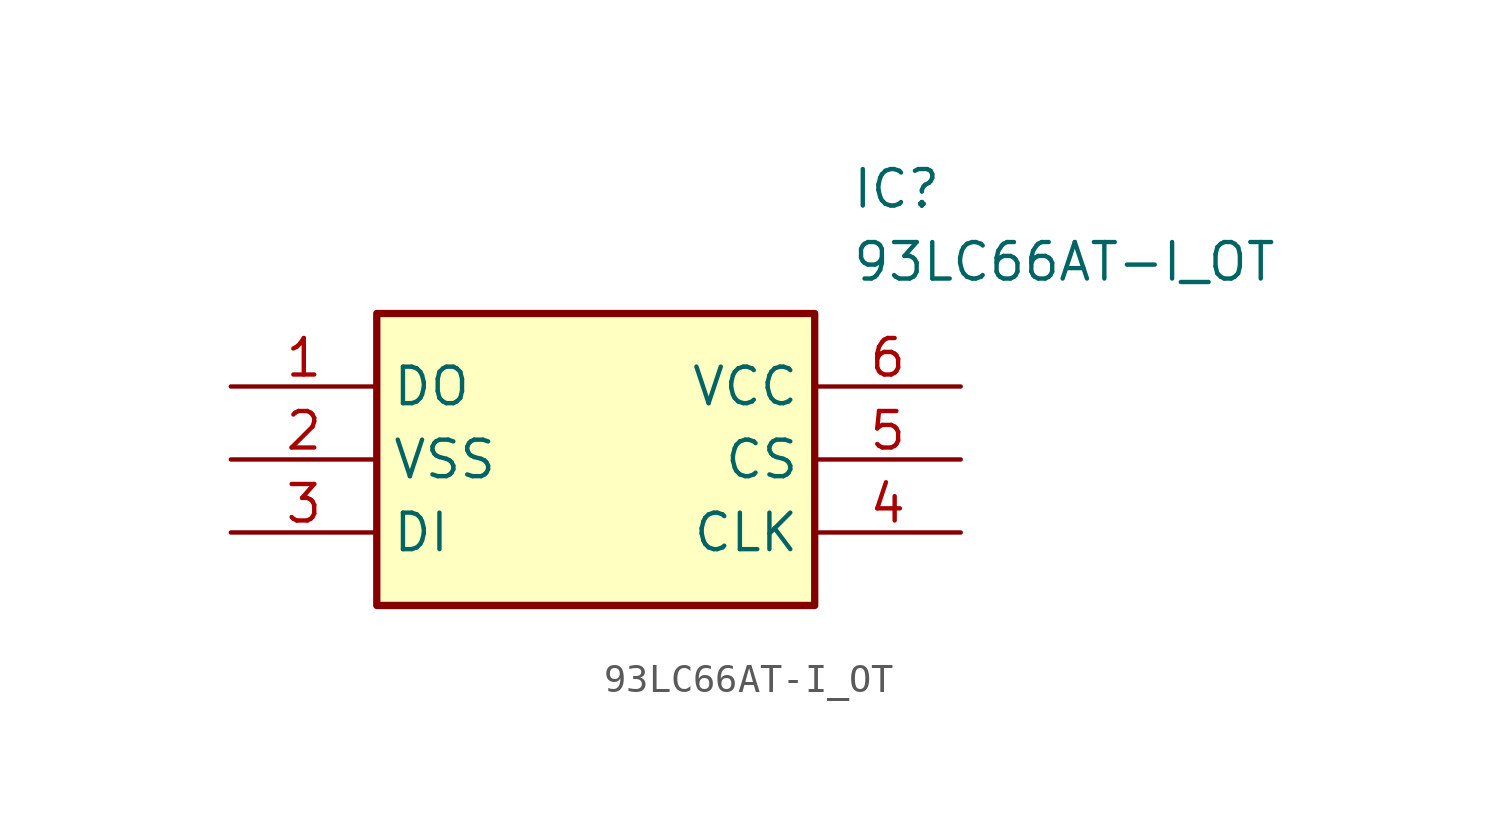
<source format=kicad_sym>
(kicad_symbol_lib
  (version 20211014)
  (generator SamacSys_ECAD_Model)
  (symbol "93LC66AT-I_OT"
    (property "Reference" "IC"
      (at 21.59 7.62 0)
      (effects (font (size 1.27 1.27)) (justify left top)))
    (property "Value" "93LC66AT-I_OT"
      (at 21.59 5.08 0)
      (effects (font (size 1.27 1.27)) (justify left top)))
    (rectangle
      (start 5.08 2.54)
      (end 20.32 -7.62)
      (stroke (width 0.254) (type default))
      (fill (type background)))
    (pin passive line
      (at 0 0 0)
      (length 5.08)
      (name "DO" (effects (font (size 1.27 1.27))))
      (number "1" (effects (font (size 1.27 1.27)))))
    (pin passive line
      (at 0 -2.54 0)
      (length 5.08)
      (name "VSS" (effects (font (size 1.27 1.27))))
      (number "2" (effects (font (size 1.27 1.27)))))
    (pin passive line
      (at 0 -5.08 0)
      (length 5.08)
      (name "DI" (effects (font (size 1.27 1.27))))
      (number "3" (effects (font (size 1.27 1.27)))))
    (pin passive line
      (at 25.4 0 180)
      (length 5.08)
      (name "VCC" (effects (font (size 1.27 1.27))))
      (number "6" (effects (font (size 1.27 1.27)))))
    (pin passive line
      (at 25.4 -2.54 180)
      (length 5.08)
      (name "CS" (effects (font (size 1.27 1.27))))
      (number "5" (effects (font (size 1.27 1.27)))))
    (pin passive line
      (at 25.4 -5.08 180)
      (length 5.08)
      (name "CLK" (effects (font (size 1.27 1.27))))
      (number "4" (effects (font (size 1.27 1.27)))))))
</source>
